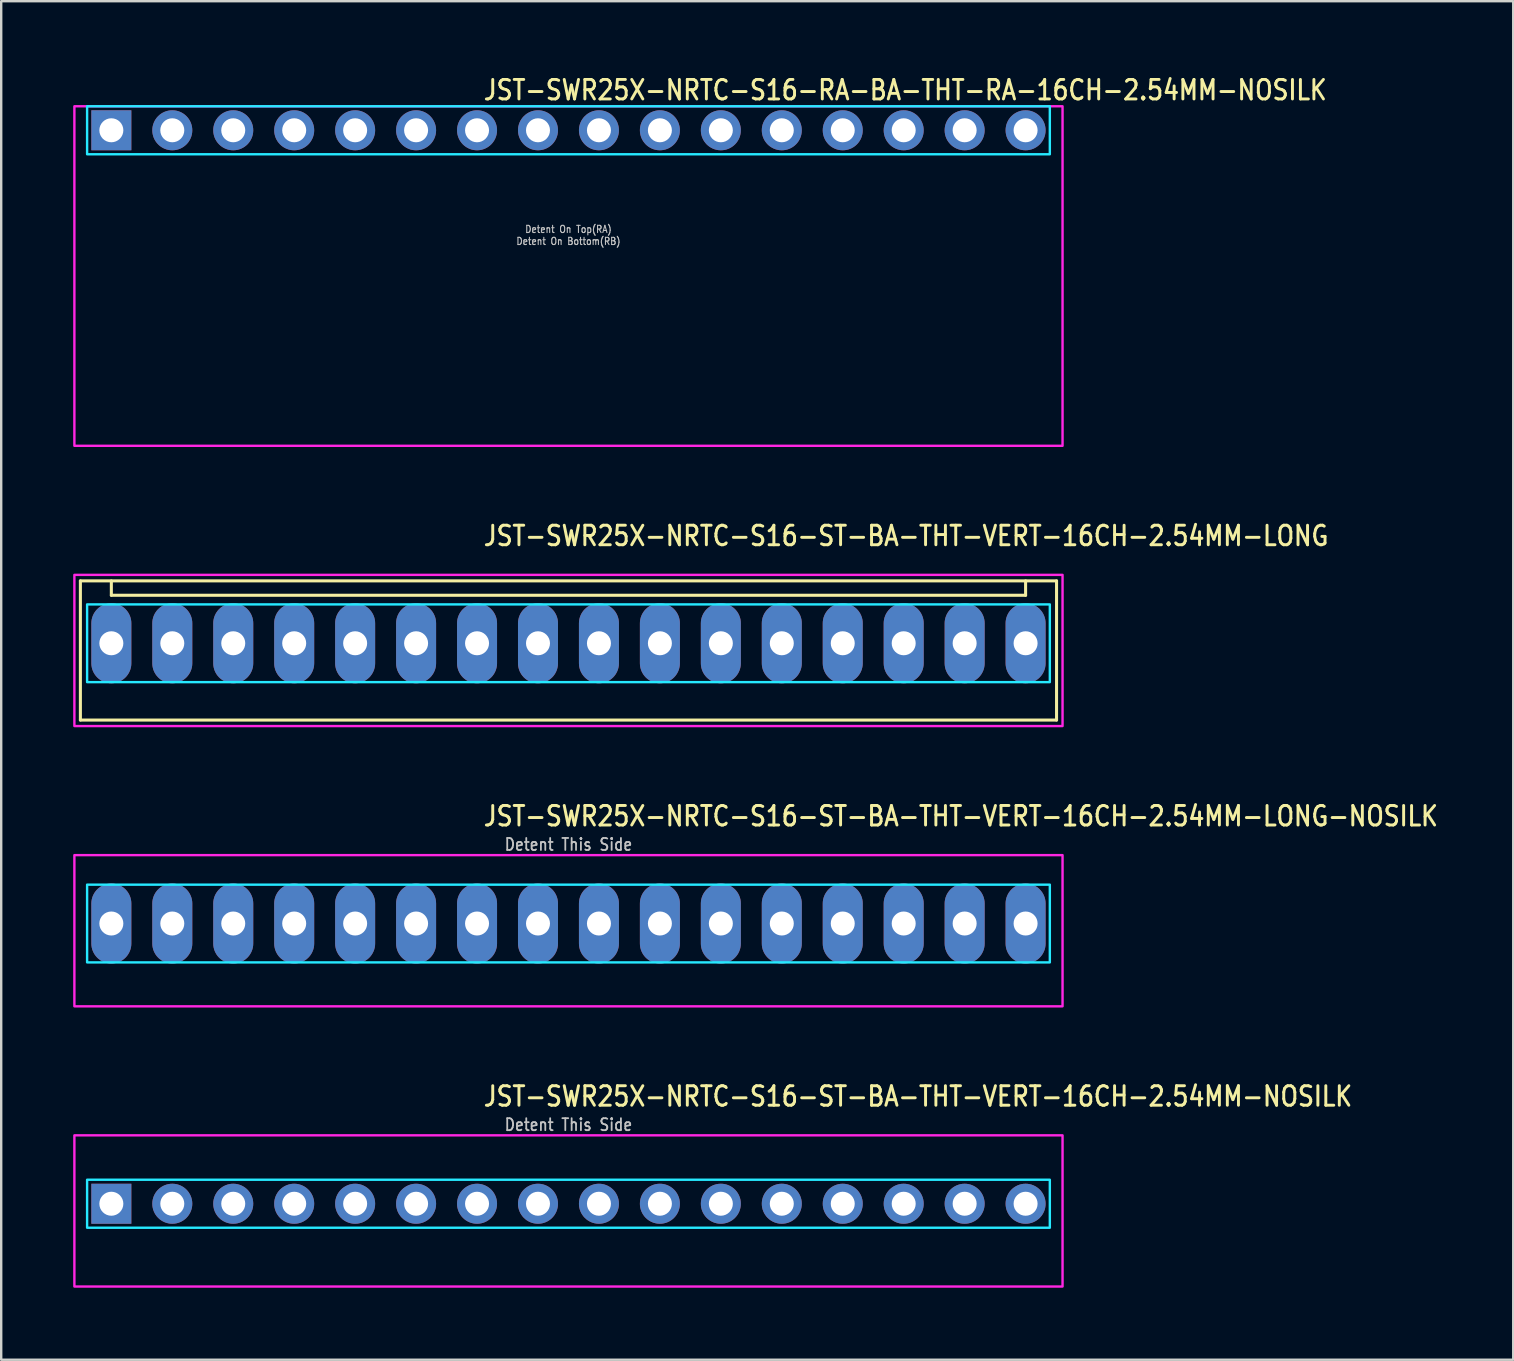
<source format=kicad_pcb>
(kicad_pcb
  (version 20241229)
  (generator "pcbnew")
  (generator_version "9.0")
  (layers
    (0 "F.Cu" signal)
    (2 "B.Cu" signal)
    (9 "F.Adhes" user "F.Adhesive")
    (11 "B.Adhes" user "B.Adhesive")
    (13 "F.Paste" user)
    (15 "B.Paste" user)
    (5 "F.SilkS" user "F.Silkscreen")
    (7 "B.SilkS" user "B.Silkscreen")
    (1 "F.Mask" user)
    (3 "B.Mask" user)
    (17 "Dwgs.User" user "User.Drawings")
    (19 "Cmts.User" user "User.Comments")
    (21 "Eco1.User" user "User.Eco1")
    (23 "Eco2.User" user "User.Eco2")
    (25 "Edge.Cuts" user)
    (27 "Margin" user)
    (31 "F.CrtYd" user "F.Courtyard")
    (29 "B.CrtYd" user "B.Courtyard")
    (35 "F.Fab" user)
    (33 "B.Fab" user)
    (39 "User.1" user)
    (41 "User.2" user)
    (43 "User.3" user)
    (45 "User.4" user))
  (footprint "JST-SWR25X-NRTC-S16-ST-BA-THT-VERT-16CH-2.54MM-NOSILK"
    (layer "F.Cu")
    (at 20.64 47.114)
    (property "Reference" "JST-SWR25X-NRTC-S16-ST-BA-THT-VERT-16CH-2.54MM-NOSILK" (at -3.6 -4 0) (unlocked yes) (layer "F.SilkS") (effects (font (size 0.813 0.695) (thickness 0.122)) (justify left bottom)))
    (fp_poly (pts (xy -20.06 -1) (xy -20.06 1) (xy 20.06 1) (xy 20.06 -1)) (stroke (width 0.1) (type solid)) (fill no) (layer "B.CrtYd"))
    (fp_poly (pts (xy -20.59 -2.85) (xy -20.59 3.45) (xy 20.59 3.45) (xy 20.59 -2.85)) (stroke (width 0.1) (type solid)) (fill no) (layer "F.CrtYd"))
    (fp_text user "Detent This Side" (at 0 -3 0) (unlocked yes) (layer "Dwgs.User") (effects (font (size 0.5 0.427) (thickness 0.075)) (justify bottom)))
    (pad "P$1" thru_hole rect (at -19.05 0) (size 1.667 1.667) (drill 1) (layers "*.Cu" "*.Mask"))
    (pad "P$2" thru_hole oval (at -16.51 0) (size 1.667 1.667) (drill 1) (layers "*.Cu" "*.Mask"))
    (pad "P$3" thru_hole oval (at -13.97 0) (size 1.667 1.667) (drill 1) (layers "*.Cu" "*.Mask"))
    (pad "P$4" thru_hole oval (at -11.43 0) (size 1.667 1.667) (drill 1) (layers "*.Cu" "*.Mask"))
    (pad "P$5" thru_hole oval (at -8.89 0) (size 1.667 1.667) (drill 1) (layers "*.Cu" "*.Mask"))
    (pad "P$6" thru_hole oval (at -6.35 0) (size 1.667 1.667) (drill 1) (layers "*.Cu" "*.Mask"))
    (pad "P$7" thru_hole oval (at -3.81 0) (size 1.667 1.667) (drill 1) (layers "*.Cu" "*.Mask"))
    (pad "P$8" thru_hole oval (at -1.27 0) (size 1.667 1.667) (drill 1) (layers "*.Cu" "*.Mask"))
    (pad "P$9" thru_hole oval (at 1.27 0) (size 1.667 1.667) (drill 1) (layers "*.Cu" "*.Mask"))
    (pad "P$10" thru_hole oval (at 3.81 0) (size 1.667 1.667) (drill 1) (layers "*.Cu" "*.Mask"))
    (pad "P$11" thru_hole oval (at 6.35 0) (size 1.667 1.667) (drill 1) (layers "*.Cu" "*.Mask"))
    (pad "P$12" thru_hole oval (at 8.89 0) (size 1.667 1.667) (drill 1) (layers "*.Cu" "*.Mask"))
    (pad "P$13" thru_hole oval (at 11.43 0) (size 1.667 1.667) (drill 1) (layers "*.Cu" "*.Mask"))
    (pad "P$14" thru_hole oval (at 13.97 0) (size 1.667 1.667) (drill 1) (layers "*.Cu" "*.Mask"))
    (pad "P$15" thru_hole oval (at 16.51 0) (size 1.667 1.667) (drill 1) (layers "*.Cu" "*.Mask"))
    (pad "P$16" thru_hole oval (at 19.05 0) (size 1.667 1.667) (drill 1) (layers "*.Cu" "*.Mask")))
  (footprint "JST-SWR25X-NRTC-S16-ST-BA-THT-VERT-16CH-2.54MM-LONG-NOSILK"
    (layer "F.Cu")
    (at 20.64 35.436)
    (property "Reference" "JST-SWR25X-NRTC-S16-ST-BA-THT-VERT-16CH-2.54MM-LONG-NOSILK" (at -3.6 -4 0) (unlocked yes) (layer "F.SilkS") (effects (font (size 0.813 0.695) (thickness 0.122)) (justify left bottom)))
    (fp_poly (pts (xy -20.06 -1.62) (xy -20.06 1.62) (xy 20.06 1.62) (xy 20.06 -1.62)) (stroke (width 0.1) (type solid)) (fill no) (layer "B.CrtYd"))
    (fp_poly (pts (xy -20.59 -2.85) (xy -20.59 3.45) (xy 20.59 3.45) (xy 20.59 -2.85)) (stroke (width 0.1) (type solid)) (fill no) (layer "F.CrtYd"))
    (fp_text user "Detent This Side" (at 0 -3 0) (unlocked yes) (layer "Dwgs.User") (effects (font (size 0.5 0.427) (thickness 0.075)) (justify bottom)))
    (pad "1" thru_hole oval (at -19.05 0 90) (size 3.333 1.667) (drill 1) (layers "*.Cu" "*.Mask"))
    (pad "2" thru_hole oval (at -16.51 0 90) (size 3.333 1.667) (drill 1) (layers "*.Cu" "*.Mask"))
    (pad "3" thru_hole oval (at -13.97 0 90) (size 3.333 1.667) (drill 1) (layers "*.Cu" "*.Mask"))
    (pad "4" thru_hole oval (at -11.43 0 90) (size 3.333 1.667) (drill 1) (layers "*.Cu" "*.Mask"))
    (pad "5" thru_hole oval (at -8.89 0 90) (size 3.333 1.667) (drill 1) (layers "*.Cu" "*.Mask"))
    (pad "6" thru_hole oval (at -6.35 0 90) (size 3.333 1.667) (drill 1) (layers "*.Cu" "*.Mask"))
    (pad "7" thru_hole oval (at -3.81 0 90) (size 3.333 1.667) (drill 1) (layers "*.Cu" "*.Mask"))
    (pad "8" thru_hole oval (at -1.27 0 90) (size 3.333 1.667) (drill 1) (layers "*.Cu" "*.Mask"))
    (pad "9" thru_hole oval (at 1.27 0 90) (size 3.333 1.667) (drill 1) (layers "*.Cu" "*.Mask"))
    (pad "10" thru_hole oval (at 3.81 0 90) (size 3.333 1.667) (drill 1) (layers "*.Cu" "*.Mask"))
    (pad "11" thru_hole oval (at 6.35 0 90) (size 3.333 1.667) (drill 1) (layers "*.Cu" "*.Mask"))
    (pad "12" thru_hole oval (at 8.89 0 90) (size 3.333 1.667) (drill 1) (layers "*.Cu" "*.Mask"))
    (pad "13" thru_hole oval (at 11.43 0 90) (size 3.333 1.667) (drill 1) (layers "*.Cu" "*.Mask"))
    (pad "14" thru_hole oval (at 13.97 0 90) (size 3.333 1.667) (drill 1) (layers "*.Cu" "*.Mask"))
    (pad "15" thru_hole oval (at 16.51 0 90) (size 3.333 1.667) (drill 1) (layers "*.Cu" "*.Mask"))
    (pad "16" thru_hole oval (at 19.05 0 90) (size 3.333 1.667) (drill 1) (layers "*.Cu" "*.Mask")))
  (footprint "JST-SWR25X-NRTC-S16-RA-BA-THT-RA-16CH-2.54MM-NOSILK"
    (layer "F.Cu")
    (at 20.64 2.379)
    (property "Reference" "JST-SWR25X-NRTC-S16-RA-BA-THT-RA-16CH-2.54MM-NOSILK" (at -3.6 -1.2 0) (unlocked yes) (layer "F.SilkS") (effects (font (size 0.813 0.695) (thickness 0.122)) (justify left bottom)))
    (fp_poly (pts (xy -20.06 -1) (xy -20.06 1) (xy 20.06 1) (xy 20.06 -1)) (stroke (width 0.1) (type solid)) (fill no) (layer "B.CrtYd"))
    (fp_poly (pts (xy -20.59 -1) (xy -20.59 13.15) (xy 20.59 13.15) (xy 20.59 -1)) (stroke (width 0.1) (type solid)) (fill no) (layer "F.CrtYd"))
    (fp_text user "Detent On Top(RA)" (at 0 4.3 0) (unlocked yes) (layer "Dwgs.User") (effects (font (size 0.3 0.257) (thickness 0.045)) (justify bottom)))
    (fp_text user "Detent On Bottom(RB)" (at 0 4.8 0) (unlocked yes) (layer "Dwgs.User") (effects (font (size 0.3 0.257) (thickness 0.045)) (justify bottom)))
    (pad "1" thru_hole rect (at -19.05 0) (size 1.667 1.667) (drill 1) (layers "*.Cu" "*.Mask"))
    (pad "2" thru_hole oval (at -16.51 0) (size 1.667 1.667) (drill 1) (layers "*.Cu" "*.Mask"))
    (pad "3" thru_hole oval (at -13.97 0) (size 1.667 1.667) (drill 1) (layers "*.Cu" "*.Mask"))
    (pad "4" thru_hole oval (at -11.43 0) (size 1.667 1.667) (drill 1) (layers "*.Cu" "*.Mask"))
    (pad "5" thru_hole oval (at -8.89 0) (size 1.667 1.667) (drill 1) (layers "*.Cu" "*.Mask"))
    (pad "6" thru_hole oval (at -6.35 0) (size 1.667 1.667) (drill 1) (layers "*.Cu" "*.Mask"))
    (pad "7" thru_hole oval (at -3.81 0) (size 1.667 1.667) (drill 1) (layers "*.Cu" "*.Mask"))
    (pad "8" thru_hole oval (at -1.27 0) (size 1.667 1.667) (drill 1) (layers "*.Cu" "*.Mask"))
    (pad "9" thru_hole oval (at 1.27 0) (size 1.667 1.667) (drill 1) (layers "*.Cu" "*.Mask"))
    (pad "10" thru_hole oval (at 3.81 0) (size 1.667 1.667) (drill 1) (layers "*.Cu" "*.Mask"))
    (pad "11" thru_hole oval (at 6.35 0) (size 1.667 1.667) (drill 1) (layers "*.Cu" "*.Mask"))
    (pad "12" thru_hole oval (at 8.89 0) (size 1.667 1.667) (drill 1) (layers "*.Cu" "*.Mask"))
    (pad "13" thru_hole oval (at 11.43 0) (size 1.667 1.667) (drill 1) (layers "*.Cu" "*.Mask"))
    (pad "14" thru_hole oval (at 13.97 0) (size 1.667 1.667) (drill 1) (layers "*.Cu" "*.Mask"))
    (pad "15" thru_hole oval (at 16.51 0) (size 1.667 1.667) (drill 1) (layers "*.Cu" "*.Mask"))
    (pad "16" thru_hole oval (at 19.05 0) (size 1.667 1.667) (drill 1) (layers "*.Cu" "*.Mask")))
  (footprint "JST-SWR25X-NRTC-S16-ST-BA-THT-VERT-16CH-2.54MM-LONG"
    (layer "F.Cu")
    (at 20.64 23.757)
    (property "Reference" "JST-SWR25X-NRTC-S16-ST-BA-THT-VERT-16CH-2.54MM-LONG" (at -3.6 -4 0) (unlocked yes) (layer "F.SilkS") (effects (font (size 0.813 0.695) (thickness 0.122)) (justify left bottom)))
    (fp_line (start -20.34 -2.6) (end 20.34 -2.6) (stroke (width 0.127) (type solid)) (layer "F.SilkS"))
    (fp_line (start -20.34 3.2) (end -20.34 -2.6) (stroke (width 0.127) (type solid)) (layer "F.SilkS"))
    (fp_line (start -20.34 3.2) (end 20.34 3.2) (stroke (width 0.127) (type solid)) (layer "F.SilkS"))
    (fp_line (start -19.05 -2.6) (end -19.05 -2) (stroke (width 0.127) (type solid)) (layer "F.SilkS"))
    (fp_line (start -19.05 -2) (end 19.05 -2) (stroke (width 0.127) (type solid)) (layer "F.SilkS"))
    (fp_line (start 19.05 -2.6) (end 19.05 -2) (stroke (width 0.127) (type solid)) (layer "F.SilkS"))
    (fp_line (start 20.34 -2.6) (end 20.34 3.2) (stroke (width 0.127) (type solid)) (layer "F.SilkS"))
    (fp_poly (pts (xy -20.06 -1.62) (xy -20.06 1.62) (xy 20.06 1.62) (xy 20.06 -1.62)) (stroke (width 0.1) (type solid)) (fill no) (layer "B.CrtYd"))
    (fp_poly (pts (xy -20.59 -2.85) (xy -20.59 3.45) (xy 20.59 3.45) (xy 20.59 -2.85)) (stroke (width 0.1) (type solid)) (fill no) (layer "F.CrtYd"))
    (pad "1" thru_hole oval (at -19.05 0 90) (size 3.333 1.667) (drill 1) (layers "*.Cu" "*.Mask"))
    (pad "2" thru_hole oval (at -16.51 0 90) (size 3.333 1.667) (drill 1) (layers "*.Cu" "*.Mask"))
    (pad "3" thru_hole oval (at -13.97 0 90) (size 3.333 1.667) (drill 1) (layers "*.Cu" "*.Mask"))
    (pad "4" thru_hole oval (at -11.43 0 90) (size 3.333 1.667) (drill 1) (layers "*.Cu" "*.Mask"))
    (pad "5" thru_hole oval (at -8.89 0 90) (size 3.333 1.667) (drill 1) (layers "*.Cu" "*.Mask"))
    (pad "6" thru_hole oval (at -6.35 0 90) (size 3.333 1.667) (drill 1) (layers "*.Cu" "*.Mask"))
    (pad "7" thru_hole oval (at -3.81 0 90) (size 3.333 1.667) (drill 1) (layers "*.Cu" "*.Mask"))
    (pad "8" thru_hole oval (at -1.27 0 90) (size 3.333 1.667) (drill 1) (layers "*.Cu" "*.Mask"))
    (pad "9" thru_hole oval (at 1.27 0 90) (size 3.333 1.667) (drill 1) (layers "*.Cu" "*.Mask"))
    (pad "10" thru_hole oval (at 3.81 0 90) (size 3.333 1.667) (drill 1) (layers "*.Cu" "*.Mask"))
    (pad "11" thru_hole oval (at 6.35 0 90) (size 3.333 1.667) (drill 1) (layers "*.Cu" "*.Mask"))
    (pad "12" thru_hole oval (at 8.89 0 90) (size 3.333 1.667) (drill 1) (layers "*.Cu" "*.Mask"))
    (pad "13" thru_hole oval (at 11.43 0 90) (size 3.333 1.667) (drill 1) (layers "*.Cu" "*.Mask"))
    (pad "14" thru_hole oval (at 13.97 0 90) (size 3.333 1.667) (drill 1) (layers "*.Cu" "*.Mask"))
    (pad "15" thru_hole oval (at 16.51 0 90) (size 3.333 1.667) (drill 1) (layers "*.Cu" "*.Mask"))
    (pad "16" thru_hole oval (at 19.05 0 90) (size 3.333 1.667) (drill 1) (layers "*.Cu" "*.Mask")))
  (gr_rect
    (start -3 -3)
    (end 60.011 53.614)
    (stroke (width 0.1) (type default))
    (fill no)
    (layer "Edge.Cuts")))
</source>
